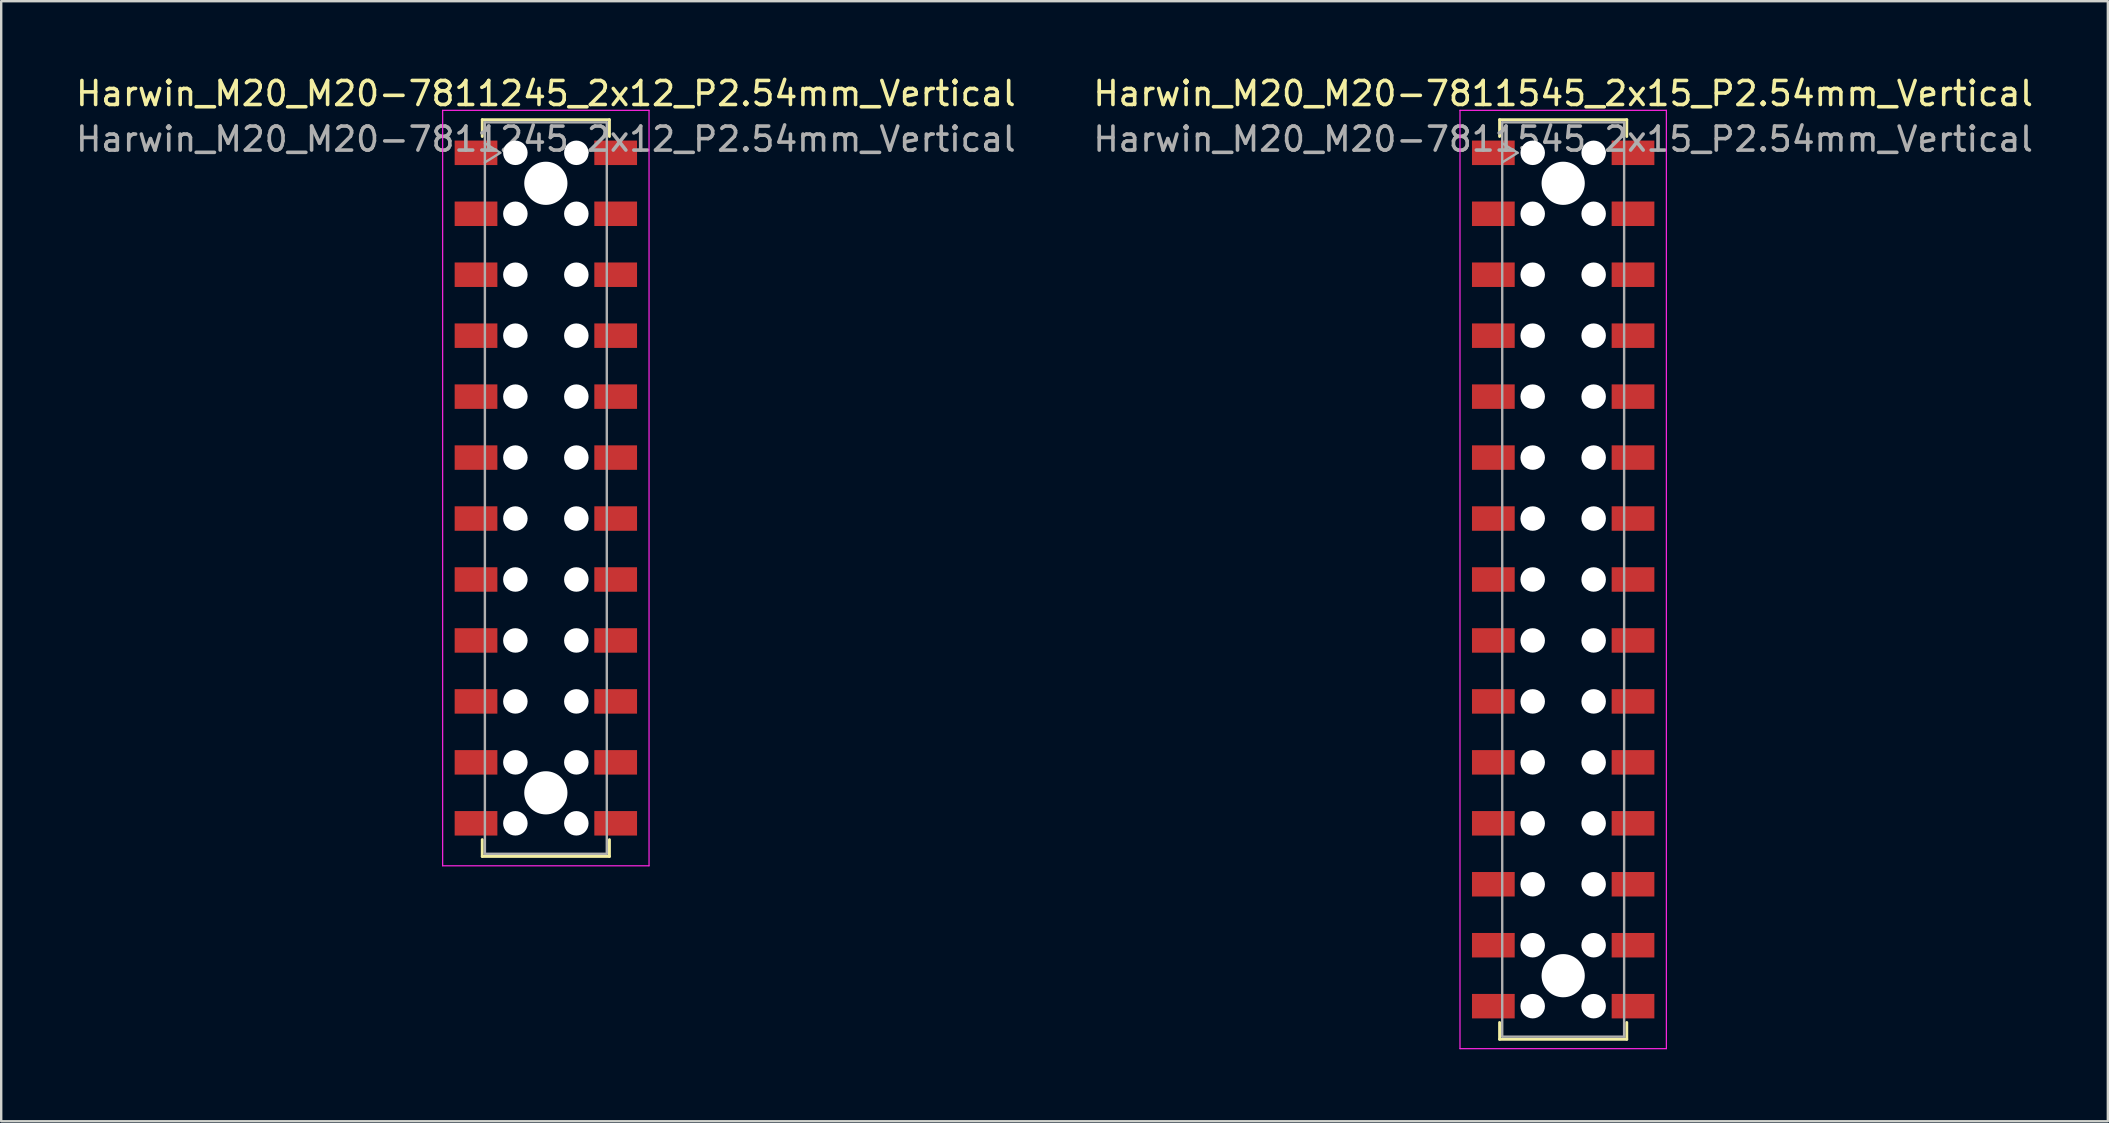
<source format=kicad_pcb>
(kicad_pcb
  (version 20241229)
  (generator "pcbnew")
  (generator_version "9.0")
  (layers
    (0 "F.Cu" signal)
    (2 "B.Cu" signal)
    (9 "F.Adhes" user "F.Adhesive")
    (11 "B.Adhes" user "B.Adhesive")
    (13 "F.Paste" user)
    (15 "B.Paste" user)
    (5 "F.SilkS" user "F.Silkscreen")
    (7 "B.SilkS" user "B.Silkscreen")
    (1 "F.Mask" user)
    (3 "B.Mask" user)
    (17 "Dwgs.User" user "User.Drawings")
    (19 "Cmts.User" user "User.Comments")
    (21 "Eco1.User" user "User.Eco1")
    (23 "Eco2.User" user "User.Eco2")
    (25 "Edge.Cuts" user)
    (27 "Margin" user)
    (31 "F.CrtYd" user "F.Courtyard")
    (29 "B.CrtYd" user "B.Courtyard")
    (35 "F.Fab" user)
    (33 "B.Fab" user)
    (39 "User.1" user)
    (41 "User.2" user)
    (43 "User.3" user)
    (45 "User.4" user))
  (footprint "Harwin_M20_M20-7811245_2x12_P2.54mm_Vertical"
    (layer "F.Cu")
    (at 19.696 17.288)
    (property "Reference" "Harwin_M20_M20-7811245_2x12_P2.54mm_Vertical" (at 0 -16.44 0) (layer "F.SilkS") (effects (font (size 1 1) (thickness 0.15))))
    (attr smd)
    (fp_line (start -2.65 -15.35) (end 2.65 -15.35) (stroke (width 0.12) (type solid)) (layer "F.SilkS"))
    (fp_line (start -2.65 -14.65) (end -2.65 -15.35) (stroke (width 0.12) (type solid)) (layer "F.SilkS"))
    (fp_line (start -2.65 14.65) (end -2.65 15.35) (stroke (width 0.12) (type solid)) (layer "F.SilkS"))
    (fp_line (start -2.65 15.35) (end 2.65 15.35) (stroke (width 0.12) (type solid)) (layer "F.SilkS"))
    (fp_line (start 2.65 -15.35) (end 2.65 -14.65) (stroke (width 0.12) (type solid)) (layer "F.SilkS"))
    (fp_line (start 2.65 15.35) (end 2.65 14.65) (stroke (width 0.12) (type solid)) (layer "F.SilkS"))
    (fp_line (start -4.3 -15.74) (end 4.3 -15.74) (stroke (width 0.05) (type solid)) (layer "F.CrtYd"))
    (fp_line (start -4.3 15.74) (end -4.3 -15.74) (stroke (width 0.05) (type solid)) (layer "F.CrtYd"))
    (fp_line (start 4.3 -15.74) (end 4.3 15.74) (stroke (width 0.05) (type solid)) (layer "F.CrtYd"))
    (fp_line (start 4.3 15.74) (end -4.3 15.74) (stroke (width 0.05) (type solid)) (layer "F.CrtYd"))
    (fp_line (start -2.54 -15.24) (end 2.54 -15.24) (stroke (width 0.1) (type solid)) (layer "F.Fab"))
    (fp_line (start -2.54 -14.37) (end -1.9 -13.97) (stroke (width 0.1) (type solid)) (layer "F.Fab"))
    (fp_line (start -2.54 15.24) (end -2.54 -15.24) (stroke (width 0.1) (type solid)) (layer "F.Fab"))
    (fp_line (start -1.9 -13.97) (end -2.54 -13.57) (stroke (width 0.1) (type solid)) (layer "F.Fab"))
    (fp_line (start 2.54 -15.24) (end 2.54 15.24) (stroke (width 0.1) (type solid)) (layer "F.Fab"))
    (fp_line (start 2.54 15.24) (end -2.54 15.24) (stroke (width 0.1) (type solid)) (layer "F.Fab"))
    (fp_text user "${REFERENCE}" (at 0 -14.54 0) (layer "F.Fab") (effects (font (size 1 1) (thickness 0.15))))
    (pad "" np_thru_hole circle (at -1.27 -13.97) (size 1.02 1.02) (drill 1.02) (layers "*.Cu" "*.Mask"))
    (pad "" np_thru_hole circle (at -1.27 -11.43) (size 1.02 1.02) (drill 1.02) (layers "*.Cu" "*.Mask"))
    (pad "" np_thru_hole circle (at -1.27 -8.89) (size 1.02 1.02) (drill 1.02) (layers "*.Cu" "*.Mask"))
    (pad "" np_thru_hole circle (at -1.27 -6.35) (size 1.02 1.02) (drill 1.02) (layers "*.Cu" "*.Mask"))
    (pad "" np_thru_hole circle (at -1.27 -3.81) (size 1.02 1.02) (drill 1.02) (layers "*.Cu" "*.Mask"))
    (pad "" np_thru_hole circle (at -1.27 -1.27) (size 1.02 1.02) (drill 1.02) (layers "*.Cu" "*.Mask"))
    (pad "" np_thru_hole circle (at -1.27 1.27) (size 1.02 1.02) (drill 1.02) (layers "*.Cu" "*.Mask"))
    (pad "" np_thru_hole circle (at -1.27 3.81) (size 1.02 1.02) (drill 1.02) (layers "*.Cu" "*.Mask"))
    (pad "" np_thru_hole circle (at -1.27 6.35) (size 1.02 1.02) (drill 1.02) (layers "*.Cu" "*.Mask"))
    (pad "" np_thru_hole circle (at -1.27 8.89) (size 1.02 1.02) (drill 1.02) (layers "*.Cu" "*.Mask"))
    (pad "" np_thru_hole circle (at -1.27 11.43) (size 1.02 1.02) (drill 1.02) (layers "*.Cu" "*.Mask"))
    (pad "" np_thru_hole circle (at -1.27 13.97) (size 1.02 1.02) (drill 1.02) (layers "*.Cu" "*.Mask"))
    (pad "" np_thru_hole circle (at 0 -12.7) (size 1.8 1.8) (drill 1.8) (layers "*.Cu" "*.Mask"))
    (pad "" np_thru_hole circle (at 0 12.7) (size 1.8 1.8) (drill 1.8) (layers "*.Cu" "*.Mask"))
    (pad "" np_thru_hole circle (at 1.27 -13.97) (size 1.02 1.02) (drill 1.02) (layers "*.Cu" "*.Mask"))
    (pad "" np_thru_hole circle (at 1.27 -11.43) (size 1.02 1.02) (drill 1.02) (layers "*.Cu" "*.Mask"))
    (pad "" np_thru_hole circle (at 1.27 -8.89) (size 1.02 1.02) (drill 1.02) (layers "*.Cu" "*.Mask"))
    (pad "" np_thru_hole circle (at 1.27 -6.35) (size 1.02 1.02) (drill 1.02) (layers "*.Cu" "*.Mask"))
    (pad "" np_thru_hole circle (at 1.27 -3.81) (size 1.02 1.02) (drill 1.02) (layers "*.Cu" "*.Mask"))
    (pad "" np_thru_hole circle (at 1.27 -1.27) (size 1.02 1.02) (drill 1.02) (layers "*.Cu" "*.Mask"))
    (pad "" np_thru_hole circle (at 1.27 1.27) (size 1.02 1.02) (drill 1.02) (layers "*.Cu" "*.Mask"))
    (pad "" np_thru_hole circle (at 1.27 3.81) (size 1.02 1.02) (drill 1.02) (layers "*.Cu" "*.Mask"))
    (pad "" np_thru_hole circle (at 1.27 6.35) (size 1.02 1.02) (drill 1.02) (layers "*.Cu" "*.Mask"))
    (pad "" np_thru_hole circle (at 1.27 8.89) (size 1.02 1.02) (drill 1.02) (layers "*.Cu" "*.Mask"))
    (pad "" np_thru_hole circle (at 1.27 11.43) (size 1.02 1.02) (drill 1.02) (layers "*.Cu" "*.Mask"))
    (pad "" np_thru_hole circle (at 1.27 13.97) (size 1.02 1.02) (drill 1.02) (layers "*.Cu" "*.Mask"))
    (pad "1" smd rect (at -2.91 -13.97) (size 1.78 1.02) (layers "F.Cu" "F.Mask" "F.Paste"))
    (pad "2" smd rect (at -2.91 -11.43) (size 1.78 1.02) (layers "F.Cu" "F.Mask" "F.Paste"))
    (pad "3" smd rect (at -2.91 -8.89) (size 1.78 1.02) (layers "F.Cu" "F.Mask" "F.Paste"))
    (pad "4" smd rect (at -2.91 -6.35) (size 1.78 1.02) (layers "F.Cu" "F.Mask" "F.Paste"))
    (pad "5" smd rect (at -2.91 -3.81) (size 1.78 1.02) (layers "F.Cu" "F.Mask" "F.Paste"))
    (pad "6" smd rect (at -2.91 -1.27) (size 1.78 1.02) (layers "F.Cu" "F.Mask" "F.Paste"))
    (pad "7" smd rect (at -2.91 1.27) (size 1.78 1.02) (layers "F.Cu" "F.Mask" "F.Paste"))
    (pad "8" smd rect (at -2.91 3.81) (size 1.78 1.02) (layers "F.Cu" "F.Mask" "F.Paste"))
    (pad "9" smd rect (at -2.91 6.35) (size 1.78 1.02) (layers "F.Cu" "F.Mask" "F.Paste"))
    (pad "10" smd rect (at -2.91 8.89) (size 1.78 1.02) (layers "F.Cu" "F.Mask" "F.Paste"))
    (pad "11" smd rect (at -2.91 11.43) (size 1.78 1.02) (layers "F.Cu" "F.Mask" "F.Paste"))
    (pad "12" smd rect (at -2.91 13.97) (size 1.78 1.02) (layers "F.Cu" "F.Mask" "F.Paste"))
    (pad "13" smd rect (at 2.91 -13.97) (size 1.78 1.02) (layers "F.Cu" "F.Mask" "F.Paste"))
    (pad "14" smd rect (at 2.91 -11.43) (size 1.78 1.02) (layers "F.Cu" "F.Mask" "F.Paste"))
    (pad "15" smd rect (at 2.91 -8.89) (size 1.78 1.02) (layers "F.Cu" "F.Mask" "F.Paste"))
    (pad "16" smd rect (at 2.91 -6.35) (size 1.78 1.02) (layers "F.Cu" "F.Mask" "F.Paste"))
    (pad "17" smd rect (at 2.91 -3.81) (size 1.78 1.02) (layers "F.Cu" "F.Mask" "F.Paste"))
    (pad "18" smd rect (at 2.91 -1.27) (size 1.78 1.02) (layers "F.Cu" "F.Mask" "F.Paste"))
    (pad "19" smd rect (at 2.91 1.27) (size 1.78 1.02) (layers "F.Cu" "F.Mask" "F.Paste"))
    (pad "20" smd rect (at 2.91 3.81) (size 1.78 1.02) (layers "F.Cu" "F.Mask" "F.Paste"))
    (pad "21" smd rect (at 2.91 6.35) (size 1.78 1.02) (layers "F.Cu" "F.Mask" "F.Paste"))
    (pad "22" smd rect (at 2.91 8.89) (size 1.78 1.02) (layers "F.Cu" "F.Mask" "F.Paste"))
    (pad "23" smd rect (at 2.91 11.43) (size 1.78 1.02) (layers "F.Cu" "F.Mask" "F.Paste"))
    (pad "24" smd rect (at 2.91 13.97) (size 1.78 1.02) (layers "F.Cu" "F.Mask" "F.Paste")))
  (footprint "Harwin_M20_M20-7811545_2x15_P2.54mm_Vertical"
    (layer "F.Cu")
    (at 62.089 21.098)
    (property "Reference" "Harwin_M20_M20-7811545_2x15_P2.54mm_Vertical" (at 0 -20.25 0) (layer "F.SilkS") (effects (font (size 1 1) (thickness 0.15))))
    (attr smd)
    (fp_line (start -2.65 -19.16) (end 2.65 -19.16) (stroke (width 0.12) (type solid)) (layer "F.SilkS"))
    (fp_line (start -2.65 -18.46) (end -2.65 -19.16) (stroke (width 0.12) (type solid)) (layer "F.SilkS"))
    (fp_line (start -2.65 18.46) (end -2.65 19.16) (stroke (width 0.12) (type solid)) (layer "F.SilkS"))
    (fp_line (start -2.65 19.16) (end 2.65 19.16) (stroke (width 0.12) (type solid)) (layer "F.SilkS"))
    (fp_line (start 2.65 -19.16) (end 2.65 -18.46) (stroke (width 0.12) (type solid)) (layer "F.SilkS"))
    (fp_line (start 2.65 19.16) (end 2.65 18.46) (stroke (width 0.12) (type solid)) (layer "F.SilkS"))
    (fp_line (start -4.3 -19.55) (end 4.3 -19.55) (stroke (width 0.05) (type solid)) (layer "F.CrtYd"))
    (fp_line (start -4.3 19.55) (end -4.3 -19.55) (stroke (width 0.05) (type solid)) (layer "F.CrtYd"))
    (fp_line (start 4.3 -19.55) (end 4.3 19.55) (stroke (width 0.05) (type solid)) (layer "F.CrtYd"))
    (fp_line (start 4.3 19.55) (end -4.3 19.55) (stroke (width 0.05) (type solid)) (layer "F.CrtYd"))
    (fp_line (start -2.54 -19.05) (end 2.54 -19.05) (stroke (width 0.1) (type solid)) (layer "F.Fab"))
    (fp_line (start -2.54 -18.18) (end -1.9 -17.78) (stroke (width 0.1) (type solid)) (layer "F.Fab"))
    (fp_line (start -2.54 19.05) (end -2.54 -19.05) (stroke (width 0.1) (type solid)) (layer "F.Fab"))
    (fp_line (start -1.9 -17.78) (end -2.54 -17.38) (stroke (width 0.1) (type solid)) (layer "F.Fab"))
    (fp_line (start 2.54 -19.05) (end 2.54 19.05) (stroke (width 0.1) (type solid)) (layer "F.Fab"))
    (fp_line (start 2.54 19.05) (end -2.54 19.05) (stroke (width 0.1) (type solid)) (layer "F.Fab"))
    (fp_text user "${REFERENCE}" (at 0 -18.35 0) (layer "F.Fab") (effects (font (size 1 1) (thickness 0.15))))
    (pad "" np_thru_hole circle (at -1.27 -17.78) (size 1.02 1.02) (drill 1.02) (layers "*.Cu" "*.Mask"))
    (pad "" np_thru_hole circle (at -1.27 -15.24) (size 1.02 1.02) (drill 1.02) (layers "*.Cu" "*.Mask"))
    (pad "" np_thru_hole circle (at -1.27 -12.7) (size 1.02 1.02) (drill 1.02) (layers "*.Cu" "*.Mask"))
    (pad "" np_thru_hole circle (at -1.27 -10.16) (size 1.02 1.02) (drill 1.02) (layers "*.Cu" "*.Mask"))
    (pad "" np_thru_hole circle (at -1.27 -7.62) (size 1.02 1.02) (drill 1.02) (layers "*.Cu" "*.Mask"))
    (pad "" np_thru_hole circle (at -1.27 -5.08) (size 1.02 1.02) (drill 1.02) (layers "*.Cu" "*.Mask"))
    (pad "" np_thru_hole circle (at -1.27 -2.54) (size 1.02 1.02) (drill 1.02) (layers "*.Cu" "*.Mask"))
    (pad "" np_thru_hole circle (at -1.27 0) (size 1.02 1.02) (drill 1.02) (layers "*.Cu" "*.Mask"))
    (pad "" np_thru_hole circle (at -1.27 2.54) (size 1.02 1.02) (drill 1.02) (layers "*.Cu" "*.Mask"))
    (pad "" np_thru_hole circle (at -1.27 5.08) (size 1.02 1.02) (drill 1.02) (layers "*.Cu" "*.Mask"))
    (pad "" np_thru_hole circle (at -1.27 7.62) (size 1.02 1.02) (drill 1.02) (layers "*.Cu" "*.Mask"))
    (pad "" np_thru_hole circle (at -1.27 10.16) (size 1.02 1.02) (drill 1.02) (layers "*.Cu" "*.Mask"))
    (pad "" np_thru_hole circle (at -1.27 12.7) (size 1.02 1.02) (drill 1.02) (layers "*.Cu" "*.Mask"))
    (pad "" np_thru_hole circle (at -1.27 15.24) (size 1.02 1.02) (drill 1.02) (layers "*.Cu" "*.Mask"))
    (pad "" np_thru_hole circle (at -1.27 17.78) (size 1.02 1.02) (drill 1.02) (layers "*.Cu" "*.Mask"))
    (pad "" np_thru_hole circle (at 0 -16.51) (size 1.8 1.8) (drill 1.8) (layers "*.Cu" "*.Mask"))
    (pad "" np_thru_hole circle (at 0 16.51) (size 1.8 1.8) (drill 1.8) (layers "*.Cu" "*.Mask"))
    (pad "" np_thru_hole circle (at 1.27 -17.78) (size 1.02 1.02) (drill 1.02) (layers "*.Cu" "*.Mask"))
    (pad "" np_thru_hole circle (at 1.27 -15.24) (size 1.02 1.02) (drill 1.02) (layers "*.Cu" "*.Mask"))
    (pad "" np_thru_hole circle (at 1.27 -12.7) (size 1.02 1.02) (drill 1.02) (layers "*.Cu" "*.Mask"))
    (pad "" np_thru_hole circle (at 1.27 -10.16) (size 1.02 1.02) (drill 1.02) (layers "*.Cu" "*.Mask"))
    (pad "" np_thru_hole circle (at 1.27 -7.62) (size 1.02 1.02) (drill 1.02) (layers "*.Cu" "*.Mask"))
    (pad "" np_thru_hole circle (at 1.27 -5.08) (size 1.02 1.02) (drill 1.02) (layers "*.Cu" "*.Mask"))
    (pad "" np_thru_hole circle (at 1.27 -2.54) (size 1.02 1.02) (drill 1.02) (layers "*.Cu" "*.Mask"))
    (pad "" np_thru_hole circle (at 1.27 0) (size 1.02 1.02) (drill 1.02) (layers "*.Cu" "*.Mask"))
    (pad "" np_thru_hole circle (at 1.27 2.54) (size 1.02 1.02) (drill 1.02) (layers "*.Cu" "*.Mask"))
    (pad "" np_thru_hole circle (at 1.27 5.08) (size 1.02 1.02) (drill 1.02) (layers "*.Cu" "*.Mask"))
    (pad "" np_thru_hole circle (at 1.27 7.62) (size 1.02 1.02) (drill 1.02) (layers "*.Cu" "*.Mask"))
    (pad "" np_thru_hole circle (at 1.27 10.16) (size 1.02 1.02) (drill 1.02) (layers "*.Cu" "*.Mask"))
    (pad "" np_thru_hole circle (at 1.27 12.7) (size 1.02 1.02) (drill 1.02) (layers "*.Cu" "*.Mask"))
    (pad "" np_thru_hole circle (at 1.27 15.24) (size 1.02 1.02) (drill 1.02) (layers "*.Cu" "*.Mask"))
    (pad "" np_thru_hole circle (at 1.27 17.78) (size 1.02 1.02) (drill 1.02) (layers "*.Cu" "*.Mask"))
    (pad "1" smd rect (at -2.91 -17.78) (size 1.78 1.02) (layers "F.Cu" "F.Mask" "F.Paste"))
    (pad "2" smd rect (at -2.91 -15.24) (size 1.78 1.02) (layers "F.Cu" "F.Mask" "F.Paste"))
    (pad "3" smd rect (at -2.91 -12.7) (size 1.78 1.02) (layers "F.Cu" "F.Mask" "F.Paste"))
    (pad "4" smd rect (at -2.91 -10.16) (size 1.78 1.02) (layers "F.Cu" "F.Mask" "F.Paste"))
    (pad "5" smd rect (at -2.91 -7.62) (size 1.78 1.02) (layers "F.Cu" "F.Mask" "F.Paste"))
    (pad "6" smd rect (at -2.91 -5.08) (size 1.78 1.02) (layers "F.Cu" "F.Mask" "F.Paste"))
    (pad "7" smd rect (at -2.91 -2.54) (size 1.78 1.02) (layers "F.Cu" "F.Mask" "F.Paste"))
    (pad "8" smd rect (at -2.91 0) (size 1.78 1.02) (layers "F.Cu" "F.Mask" "F.Paste"))
    (pad "9" smd rect (at -2.91 2.54) (size 1.78 1.02) (layers "F.Cu" "F.Mask" "F.Paste"))
    (pad "10" smd rect (at -2.91 5.08) (size 1.78 1.02) (layers "F.Cu" "F.Mask" "F.Paste"))
    (pad "11" smd rect (at -2.91 7.62) (size 1.78 1.02) (layers "F.Cu" "F.Mask" "F.Paste"))
    (pad "12" smd rect (at -2.91 10.16) (size 1.78 1.02) (layers "F.Cu" "F.Mask" "F.Paste"))
    (pad "13" smd rect (at -2.91 12.7) (size 1.78 1.02) (layers "F.Cu" "F.Mask" "F.Paste"))
    (pad "14" smd rect (at -2.91 15.24) (size 1.78 1.02) (layers "F.Cu" "F.Mask" "F.Paste"))
    (pad "15" smd rect (at -2.91 17.78) (size 1.78 1.02) (layers "F.Cu" "F.Mask" "F.Paste"))
    (pad "16" smd rect (at 2.91 -17.78) (size 1.78 1.02) (layers "F.Cu" "F.Mask" "F.Paste"))
    (pad "17" smd rect (at 2.91 -15.24) (size 1.78 1.02) (layers "F.Cu" "F.Mask" "F.Paste"))
    (pad "18" smd rect (at 2.91 -12.7) (size 1.78 1.02) (layers "F.Cu" "F.Mask" "F.Paste"))
    (pad "19" smd rect (at 2.91 -10.16) (size 1.78 1.02) (layers "F.Cu" "F.Mask" "F.Paste"))
    (pad "20" smd rect (at 2.91 -7.62) (size 1.78 1.02) (layers "F.Cu" "F.Mask" "F.Paste"))
    (pad "21" smd rect (at 2.91 -5.08) (size 1.78 1.02) (layers "F.Cu" "F.Mask" "F.Paste"))
    (pad "22" smd rect (at 2.91 -2.54) (size 1.78 1.02) (layers "F.Cu" "F.Mask" "F.Paste"))
    (pad "23" smd rect (at 2.91 0) (size 1.78 1.02) (layers "F.Cu" "F.Mask" "F.Paste"))
    (pad "24" smd rect (at 2.91 2.54) (size 1.78 1.02) (layers "F.Cu" "F.Mask" "F.Paste"))
    (pad "25" smd rect (at 2.91 5.08) (size 1.78 1.02) (layers "F.Cu" "F.Mask" "F.Paste"))
    (pad "26" smd rect (at 2.91 7.62) (size 1.78 1.02) (layers "F.Cu" "F.Mask" "F.Paste"))
    (pad "27" smd rect (at 2.91 10.16) (size 1.78 1.02) (layers "F.Cu" "F.Mask" "F.Paste"))
    (pad "28" smd rect (at 2.91 12.7) (size 1.78 1.02) (layers "F.Cu" "F.Mask" "F.Paste"))
    (pad "29" smd rect (at 2.91 15.24) (size 1.78 1.02) (layers "F.Cu" "F.Mask" "F.Paste"))
    (pad "30" smd rect (at 2.91 17.78) (size 1.78 1.02) (layers "F.Cu" "F.Mask" "F.Paste")))
  (gr_rect
    (start -3 -3)
    (end 84.786 43.673)
    (stroke (width 0.1) (type default))
    (fill no)
    (layer "Edge.Cuts")))
</source>
